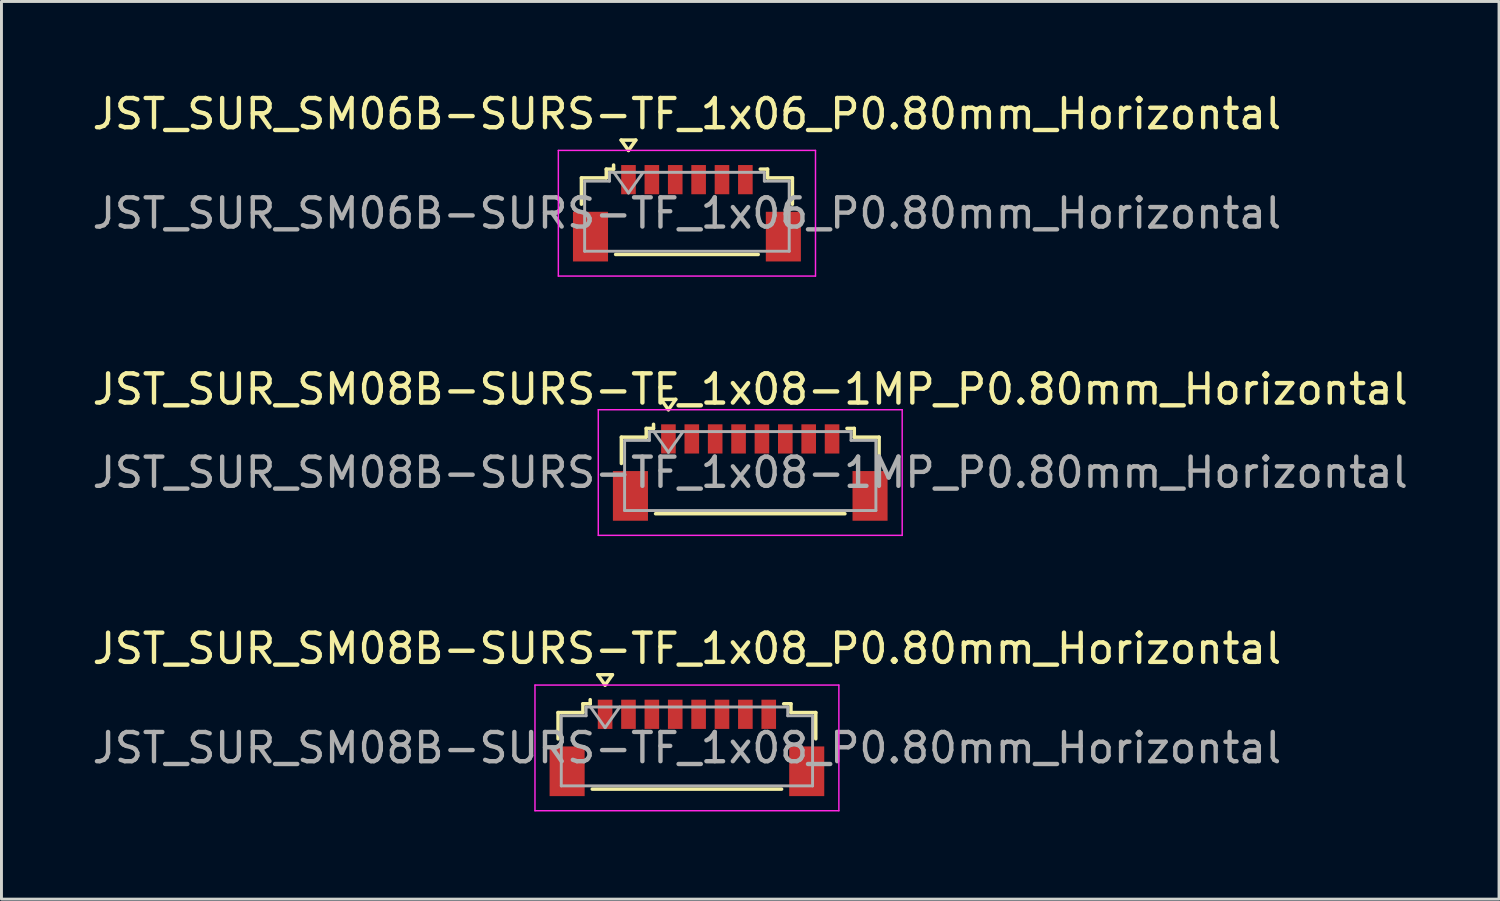
<source format=kicad_pcb>
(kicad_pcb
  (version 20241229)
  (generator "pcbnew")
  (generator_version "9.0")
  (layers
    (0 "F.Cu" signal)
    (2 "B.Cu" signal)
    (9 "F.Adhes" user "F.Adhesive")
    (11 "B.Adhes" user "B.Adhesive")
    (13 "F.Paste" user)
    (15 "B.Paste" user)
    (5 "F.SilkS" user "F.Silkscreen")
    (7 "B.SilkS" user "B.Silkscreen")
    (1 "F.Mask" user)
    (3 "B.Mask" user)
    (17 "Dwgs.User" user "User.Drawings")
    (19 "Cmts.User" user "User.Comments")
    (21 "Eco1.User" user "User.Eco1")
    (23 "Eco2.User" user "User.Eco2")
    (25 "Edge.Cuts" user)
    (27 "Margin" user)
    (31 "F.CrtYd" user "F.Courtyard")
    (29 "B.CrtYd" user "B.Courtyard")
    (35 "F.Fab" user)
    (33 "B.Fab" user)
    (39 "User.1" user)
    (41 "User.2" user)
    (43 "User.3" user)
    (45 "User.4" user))
  (footprint "JST_SUR_SM08B-SURS-TF_1x08_P0.80mm_Horizontal"
    (layer "F.Cu")
    (at 20.458 22.545)
    (property "Reference" "JST_SUR_SM08B-SURS-TF_1x08_P0.80mm_Horizontal" (at 0 -3.4 0) (layer "F.SilkS") (effects (font (size 1 1) (thickness 0.15))))
    (attr smd)
    (fp_line (start -4.41 -1.21) (end -3.56 -1.21) (stroke (width 0.12) (type solid)) (layer "F.SilkS"))
    (fp_line (start -4.41 -0.31) (end -4.41 -1.21) (stroke (width 0.12) (type solid)) (layer "F.SilkS"))
    (fp_line (start -3.56 -1.51) (end -3.31 -1.51) (stroke (width 0.12) (type solid)) (layer "F.SilkS"))
    (fp_line (start -3.56 -1.21) (end -3.56 -1.51) (stroke (width 0.12) (type solid)) (layer "F.SilkS"))
    (fp_line (start -3.31 -1.51) (end -3.31 -1.65) (stroke (width 0.12) (type solid)) (layer "F.SilkS"))
    (fp_line (start -3.24 1.41) (end 3.24 1.41) (stroke (width 0.12) (type solid)) (layer "F.SilkS"))
    (fp_line (start -3.05 -2.504) (end -2.8 -2.15) (stroke (width 0.12) (type solid)) (layer "F.SilkS"))
    (fp_line (start -2.8 -2.15) (end -2.55 -2.504) (stroke (width 0.12) (type solid)) (layer "F.SilkS"))
    (fp_line (start -2.55 -2.504) (end -3.05 -2.504) (stroke (width 0.12) (type solid)) (layer "F.SilkS"))
    (fp_line (start 3.56 -1.51) (end 3.31 -1.51) (stroke (width 0.12) (type solid)) (layer "F.SilkS"))
    (fp_line (start 3.56 -1.21) (end 3.56 -1.51) (stroke (width 0.12) (type solid)) (layer "F.SilkS"))
    (fp_line (start 4.41 -1.21) (end 3.56 -1.21) (stroke (width 0.12) (type solid)) (layer "F.SilkS"))
    (fp_line (start 4.41 -0.31) (end 4.41 -1.21) (stroke (width 0.12) (type solid)) (layer "F.SilkS"))
    (fp_line (start -5.2 -2.15) (end -5.2 2.15) (stroke (width 0.05) (type solid)) (layer "F.CrtYd"))
    (fp_line (start -5.2 2.15) (end 5.2 2.15) (stroke (width 0.05) (type solid)) (layer "F.CrtYd"))
    (fp_line (start 5.2 -2.15) (end -5.2 -2.15) (stroke (width 0.05) (type solid)) (layer "F.CrtYd"))
    (fp_line (start 5.2 2.15) (end 5.2 -2.15) (stroke (width 0.05) (type solid)) (layer "F.CrtYd"))
    (fp_line (start -4.3 -1.1) (end -4.3 1.3) (stroke (width 0.1) (type solid)) (layer "F.Fab"))
    (fp_line (start -4.3 -1.1) (end -3.45 -1.1) (stroke (width 0.1) (type solid)) (layer "F.Fab"))
    (fp_line (start -4.3 1.3) (end 4.3 1.3) (stroke (width 0.1) (type solid)) (layer "F.Fab"))
    (fp_line (start -3.45 -1.4) (end 3.45 -1.4) (stroke (width 0.1) (type solid)) (layer "F.Fab"))
    (fp_line (start -3.45 -1.1) (end -3.45 -1.4) (stroke (width 0.1) (type solid)) (layer "F.Fab"))
    (fp_line (start -3.3 -1.4) (end -2.8 -0.693) (stroke (width 0.1) (type solid)) (layer "F.Fab"))
    (fp_line (start -2.8 -0.693) (end -2.3 -1.4) (stroke (width 0.1) (type solid)) (layer "F.Fab"))
    (fp_line (start 3.45 -1.4) (end 3.45 -1.1) (stroke (width 0.1) (type solid)) (layer "F.Fab"))
    (fp_line (start 3.45 -1.1) (end 4.3 -1.1) (stroke (width 0.1) (type solid)) (layer "F.Fab"))
    (fp_line (start 4.3 -1.1) (end 4.3 1.3) (stroke (width 0.1) (type solid)) (layer "F.Fab"))
    (fp_text user "${REFERENCE}" (at 0 0 0) (layer "F.Fab") (effects (font (size 1 1) (thickness 0.15))))
    (pad "" smd rect (at -4.1 0.8) (size 1.2 1.7) (layers "F.Cu" "F.Mask" "F.Paste"))
    (pad "" smd rect (at 4.1 0.8) (size 1.2 1.7) (layers "F.Cu" "F.Mask" "F.Paste"))
    (pad "1" smd rect (at -2.8 -1.15) (size 0.5 1) (layers "F.Cu" "F.Mask" "F.Paste"))
    (pad "2" smd rect (at -2 -1.15) (size 0.5 1) (layers "F.Cu" "F.Mask" "F.Paste"))
    (pad "3" smd rect (at -1.2 -1.15) (size 0.5 1) (layers "F.Cu" "F.Mask" "F.Paste"))
    (pad "4" smd rect (at -0.4 -1.15) (size 0.5 1) (layers "F.Cu" "F.Mask" "F.Paste"))
    (pad "5" smd rect (at 0.4 -1.15) (size 0.5 1) (layers "F.Cu" "F.Mask" "F.Paste"))
    (pad "6" smd rect (at 1.2 -1.15) (size 0.5 1) (layers "F.Cu" "F.Mask" "F.Paste"))
    (pad "7" smd rect (at 2 -1.15) (size 0.5 1) (layers "F.Cu" "F.Mask" "F.Paste"))
    (pad "8" smd rect (at 2.8 -1.15) (size 0.5 1) (layers "F.Cu" "F.Mask" "F.Paste")))
  (footprint "JST_SUR_SM08B-SURS-TF_1x08-1MP_P0.80mm_Horizontal"
    (layer "F.Cu")
    (at 22.625 13.121)
    (property "Reference" "JST_SUR_SM08B-SURS-TF_1x08-1MP_P0.80mm_Horizontal" (at 0 -2.85 0) (layer "F.SilkS") (effects (font (size 1 1) (thickness 0.15))))
    (attr smd)
    (fp_line (start -4.41 -1.21) (end -3.56 -1.21) (stroke (width 0.12) (type solid)) (layer "F.SilkS"))
    (fp_line (start -4.41 -0.31) (end -4.41 -1.21) (stroke (width 0.12) (type solid)) (layer "F.SilkS"))
    (fp_line (start -3.56 -1.51) (end -3.31 -1.51) (stroke (width 0.12) (type solid)) (layer "F.SilkS"))
    (fp_line (start -3.56 -1.21) (end -3.56 -1.51) (stroke (width 0.12) (type solid)) (layer "F.SilkS"))
    (fp_line (start -3.31 -1.51) (end -3.31 -1.65) (stroke (width 0.12) (type solid)) (layer "F.SilkS"))
    (fp_line (start -3.24 1.41) (end 3.24 1.41) (stroke (width 0.12) (type solid)) (layer "F.SilkS"))
    (fp_line (start -3.05 -2.504) (end -2.8 -2.15) (stroke (width 0.12) (type solid)) (layer "F.SilkS"))
    (fp_line (start -2.8 -2.15) (end -2.55 -2.504) (stroke (width 0.12) (type solid)) (layer "F.SilkS"))
    (fp_line (start -2.55 -2.504) (end -3.05 -2.504) (stroke (width 0.12) (type solid)) (layer "F.SilkS"))
    (fp_line (start 3.56 -1.51) (end 3.31 -1.51) (stroke (width 0.12) (type solid)) (layer "F.SilkS"))
    (fp_line (start 3.56 -1.21) (end 3.56 -1.51) (stroke (width 0.12) (type solid)) (layer "F.SilkS"))
    (fp_line (start 4.41 -1.21) (end 3.56 -1.21) (stroke (width 0.12) (type solid)) (layer "F.SilkS"))
    (fp_line (start 4.41 -0.31) (end 4.41 -1.21) (stroke (width 0.12) (type solid)) (layer "F.SilkS"))
    (fp_line (start -5.2 -2.15) (end -5.2 2.15) (stroke (width 0.05) (type solid)) (layer "F.CrtYd"))
    (fp_line (start -5.2 2.15) (end 5.2 2.15) (stroke (width 0.05) (type solid)) (layer "F.CrtYd"))
    (fp_line (start 5.2 -2.15) (end -5.2 -2.15) (stroke (width 0.05) (type solid)) (layer "F.CrtYd"))
    (fp_line (start 5.2 2.15) (end 5.2 -2.15) (stroke (width 0.05) (type solid)) (layer "F.CrtYd"))
    (fp_line (start -4.3 -1.1) (end -4.3 1.3) (stroke (width 0.1) (type solid)) (layer "F.Fab"))
    (fp_line (start -4.3 -1.1) (end -3.45 -1.1) (stroke (width 0.1) (type solid)) (layer "F.Fab"))
    (fp_line (start -4.3 1.3) (end 4.3 1.3) (stroke (width 0.1) (type solid)) (layer "F.Fab"))
    (fp_line (start -3.45 -1.4) (end 3.45 -1.4) (stroke (width 0.1) (type solid)) (layer "F.Fab"))
    (fp_line (start -3.45 -1.1) (end -3.45 -1.4) (stroke (width 0.1) (type solid)) (layer "F.Fab"))
    (fp_line (start -3.3 -1.4) (end -2.8 -0.693) (stroke (width 0.1) (type solid)) (layer "F.Fab"))
    (fp_line (start -2.8 -0.693) (end -2.3 -1.4) (stroke (width 0.1) (type solid)) (layer "F.Fab"))
    (fp_line (start 3.45 -1.4) (end 3.45 -1.1) (stroke (width 0.1) (type solid)) (layer "F.Fab"))
    (fp_line (start 3.45 -1.1) (end 4.3 -1.1) (stroke (width 0.1) (type solid)) (layer "F.Fab"))
    (fp_line (start 4.3 -1.1) (end 4.3 1.3) (stroke (width 0.1) (type solid)) (layer "F.Fab"))
    (fp_text user "${REFERENCE}" (at 0 0 0) (layer "F.Fab") (effects (font (size 1 1) (thickness 0.15))))
    (pad "1" smd rect (at -2.8 -1.15) (size 0.5 1) (layers "F.Cu" "F.Mask" "F.Paste"))
    (pad "2" smd rect (at -2 -1.15) (size 0.5 1) (layers "F.Cu" "F.Mask" "F.Paste"))
    (pad "3" smd rect (at -1.2 -1.15) (size 0.5 1) (layers "F.Cu" "F.Mask" "F.Paste"))
    (pad "4" smd rect (at -0.4 -1.15) (size 0.5 1) (layers "F.Cu" "F.Mask" "F.Paste"))
    (pad "5" smd rect (at 0.4 -1.15) (size 0.5 1) (layers "F.Cu" "F.Mask" "F.Paste"))
    (pad "6" smd rect (at 1.2 -1.15) (size 0.5 1) (layers "F.Cu" "F.Mask" "F.Paste"))
    (pad "7" smd rect (at 2 -1.15) (size 0.5 1) (layers "F.Cu" "F.Mask" "F.Paste"))
    (pad "8" smd rect (at 2.8 -1.15) (size 0.5 1) (layers "F.Cu" "F.Mask" "F.Paste"))
    (pad "MP" smd rect (at -4.1 0.8) (size 1.2 1.7) (layers "F.Cu" "F.Mask" "F.Paste"))
    (pad "MP" smd rect (at 4.1 0.8) (size 1.2 1.7) (layers "F.Cu" "F.Mask" "F.Paste")))
  (footprint "JST_SUR_SM06B-SURS-TF_1x06_P0.80mm_Horizontal"
    (layer "F.Cu")
    (at 20.458 4.248)
    (property "Reference" "JST_SUR_SM06B-SURS-TF_1x06_P0.80mm_Horizontal" (at 0 -3.4 0) (layer "F.SilkS") (effects (font (size 1 1) (thickness 0.15))))
    (attr smd)
    (fp_line (start -3.61 -1.21) (end -2.76 -1.21) (stroke (width 0.12) (type solid)) (layer "F.SilkS"))
    (fp_line (start -3.61 -0.31) (end -3.61 -1.21) (stroke (width 0.12) (type solid)) (layer "F.SilkS"))
    (fp_line (start -2.76 -1.51) (end -2.51 -1.51) (stroke (width 0.12) (type solid)) (layer "F.SilkS"))
    (fp_line (start -2.76 -1.21) (end -2.76 -1.51) (stroke (width 0.12) (type solid)) (layer "F.SilkS"))
    (fp_line (start -2.51 -1.51) (end -2.51 -1.65) (stroke (width 0.12) (type solid)) (layer "F.SilkS"))
    (fp_line (start -2.44 1.41) (end 2.44 1.41) (stroke (width 0.12) (type solid)) (layer "F.SilkS"))
    (fp_line (start -2.25 -2.504) (end -2 -2.15) (stroke (width 0.12) (type solid)) (layer "F.SilkS"))
    (fp_line (start -2 -2.15) (end -1.75 -2.504) (stroke (width 0.12) (type solid)) (layer "F.SilkS"))
    (fp_line (start -1.75 -2.504) (end -2.25 -2.504) (stroke (width 0.12) (type solid)) (layer "F.SilkS"))
    (fp_line (start 2.76 -1.51) (end 2.51 -1.51) (stroke (width 0.12) (type solid)) (layer "F.SilkS"))
    (fp_line (start 2.76 -1.21) (end 2.76 -1.51) (stroke (width 0.12) (type solid)) (layer "F.SilkS"))
    (fp_line (start 3.61 -1.21) (end 2.76 -1.21) (stroke (width 0.12) (type solid)) (layer "F.SilkS"))
    (fp_line (start 3.61 -0.31) (end 3.61 -1.21) (stroke (width 0.12) (type solid)) (layer "F.SilkS"))
    (fp_line (start -4.4 -2.15) (end -4.4 2.15) (stroke (width 0.05) (type solid)) (layer "F.CrtYd"))
    (fp_line (start -4.4 2.15) (end 4.4 2.15) (stroke (width 0.05) (type solid)) (layer "F.CrtYd"))
    (fp_line (start 4.4 -2.15) (end -4.4 -2.15) (stroke (width 0.05) (type solid)) (layer "F.CrtYd"))
    (fp_line (start 4.4 2.15) (end 4.4 -2.15) (stroke (width 0.05) (type solid)) (layer "F.CrtYd"))
    (fp_line (start -3.5 -1.1) (end -3.5 1.3) (stroke (width 0.1) (type solid)) (layer "F.Fab"))
    (fp_line (start -3.5 -1.1) (end -2.65 -1.1) (stroke (width 0.1) (type solid)) (layer "F.Fab"))
    (fp_line (start -3.5 1.3) (end 3.5 1.3) (stroke (width 0.1) (type solid)) (layer "F.Fab"))
    (fp_line (start -2.65 -1.4) (end 2.65 -1.4) (stroke (width 0.1) (type solid)) (layer "F.Fab"))
    (fp_line (start -2.65 -1.1) (end -2.65 -1.4) (stroke (width 0.1) (type solid)) (layer "F.Fab"))
    (fp_line (start -2.5 -1.4) (end -2 -0.693) (stroke (width 0.1) (type solid)) (layer "F.Fab"))
    (fp_line (start -2 -0.693) (end -1.5 -1.4) (stroke (width 0.1) (type solid)) (layer "F.Fab"))
    (fp_line (start 2.65 -1.4) (end 2.65 -1.1) (stroke (width 0.1) (type solid)) (layer "F.Fab"))
    (fp_line (start 2.65 -1.1) (end 3.5 -1.1) (stroke (width 0.1) (type solid)) (layer "F.Fab"))
    (fp_line (start 3.5 -1.1) (end 3.5 1.3) (stroke (width 0.1) (type solid)) (layer "F.Fab"))
    (fp_text user "${REFERENCE}" (at 0 0 0) (layer "F.Fab") (effects (font (size 1 1) (thickness 0.15))))
    (pad "" smd rect (at -3.3 0.8) (size 1.2 1.7) (layers "F.Cu" "F.Mask" "F.Paste"))
    (pad "" smd rect (at 3.3 0.8) (size 1.2 1.7) (layers "F.Cu" "F.Mask" "F.Paste"))
    (pad "1" smd rect (at -2 -1.15) (size 0.5 1) (layers "F.Cu" "F.Mask" "F.Paste"))
    (pad "2" smd rect (at -1.2 -1.15) (size 0.5 1) (layers "F.Cu" "F.Mask" "F.Paste"))
    (pad "3" smd rect (at -0.4 -1.15) (size 0.5 1) (layers "F.Cu" "F.Mask" "F.Paste"))
    (pad "4" smd rect (at 0.4 -1.15) (size 0.5 1) (layers "F.Cu" "F.Mask" "F.Paste"))
    (pad "5" smd rect (at 1.2 -1.15) (size 0.5 1) (layers "F.Cu" "F.Mask" "F.Paste"))
    (pad "6" smd rect (at 2 -1.15) (size 0.5 1) (layers "F.Cu" "F.Mask" "F.Paste")))
  (gr_rect
    (start -3 -3)
    (end 48.25 27.72)
    (stroke (width 0.1) (type default))
    (fill no)
    (layer "Edge.Cuts")))
</source>
